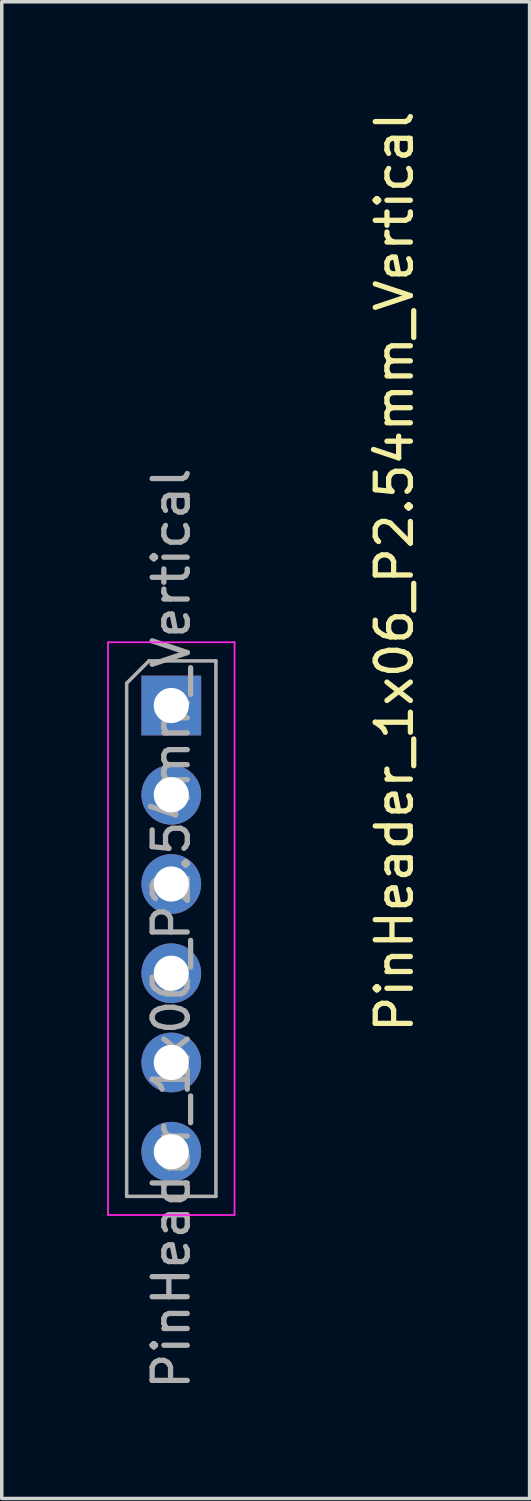
<source format=kicad_pcb>
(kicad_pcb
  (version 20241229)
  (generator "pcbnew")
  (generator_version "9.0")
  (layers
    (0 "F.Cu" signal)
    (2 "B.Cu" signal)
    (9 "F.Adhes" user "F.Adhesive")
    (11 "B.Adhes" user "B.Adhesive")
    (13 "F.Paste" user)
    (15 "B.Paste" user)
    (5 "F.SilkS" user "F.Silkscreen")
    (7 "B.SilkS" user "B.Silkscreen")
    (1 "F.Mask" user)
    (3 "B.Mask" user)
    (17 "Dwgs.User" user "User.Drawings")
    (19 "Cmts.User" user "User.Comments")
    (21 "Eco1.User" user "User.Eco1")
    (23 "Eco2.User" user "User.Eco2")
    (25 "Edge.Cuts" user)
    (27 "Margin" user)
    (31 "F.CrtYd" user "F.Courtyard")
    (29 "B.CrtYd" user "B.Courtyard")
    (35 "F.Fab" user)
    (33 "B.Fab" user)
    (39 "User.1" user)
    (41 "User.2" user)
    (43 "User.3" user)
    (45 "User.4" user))
  (footprint "PinHeader_1x06_P2.54mm_Vertical"
    (layer "F.Cu")
    (at 1.825 17.03)
    (property "Reference" "PinHeader_1x06_P2.54mm_Vertical" (at 6.35 -3.81 270) (layer "F.SilkS") (effects (font (size 1 1) (thickness 0.15))))
    (attr through_hole)
    (fp_line (start -1.8 -1.8) (end -1.8 14.5) (stroke (width 0.05) (type solid)) (layer "F.CrtYd"))
    (fp_line (start -1.8 14.5) (end 1.8 14.5) (stroke (width 0.05) (type solid)) (layer "F.CrtYd"))
    (fp_line (start 1.8 -1.8) (end -1.8 -1.8) (stroke (width 0.05) (type solid)) (layer "F.CrtYd"))
    (fp_line (start 1.8 14.5) (end 1.8 -1.8) (stroke (width 0.05) (type solid)) (layer "F.CrtYd"))
    (fp_line (start -1.27 -0.635) (end -0.635 -1.27) (stroke (width 0.1) (type solid)) (layer "F.Fab"))
    (fp_line (start -1.27 13.97) (end -1.27 -0.635) (stroke (width 0.1) (type solid)) (layer "F.Fab"))
    (fp_line (start -0.635 -1.27) (end 1.27 -1.27) (stroke (width 0.1) (type solid)) (layer "F.Fab"))
    (fp_line (start 1.27 -1.27) (end 1.27 13.97) (stroke (width 0.1) (type solid)) (layer "F.Fab"))
    (fp_line (start 1.27 13.97) (end -1.27 13.97) (stroke (width 0.1) (type solid)) (layer "F.Fab"))
    (fp_text user "${REFERENCE}" (at 0 6.35 90) (layer "F.Fab") (effects (font (size 1 1) (thickness 0.15))))
    (pad "1" thru_hole rect (at 0 0) (size 1.7 1.7) (drill 1) (layers "*.Cu" "*.Mask"))
    (pad "2" thru_hole oval (at 0 2.54) (size 1.7 1.7) (drill 1) (layers "*.Cu" "*.Mask"))
    (pad "3" thru_hole oval (at 0 5.08) (size 1.7 1.7) (drill 1) (layers "*.Cu" "*.Mask"))
    (pad "4" thru_hole oval (at 0 7.62) (size 1.7 1.7) (drill 1) (layers "*.Cu" "*.Mask"))
    (pad "5" thru_hole oval (at 0 10.16) (size 1.7 1.7) (drill 1) (layers "*.Cu" "*.Mask"))
    (pad "6" thru_hole oval (at 0 12.7) (size 1.7 1.7) (drill 1) (layers "*.Cu" "*.Mask")))
  (gr_rect
    (start -3 -3)
    (end 12.023 39.6)
    (stroke (width 0.1) (type default))
    (fill no)
    (layer "Edge.Cuts")))
</source>
